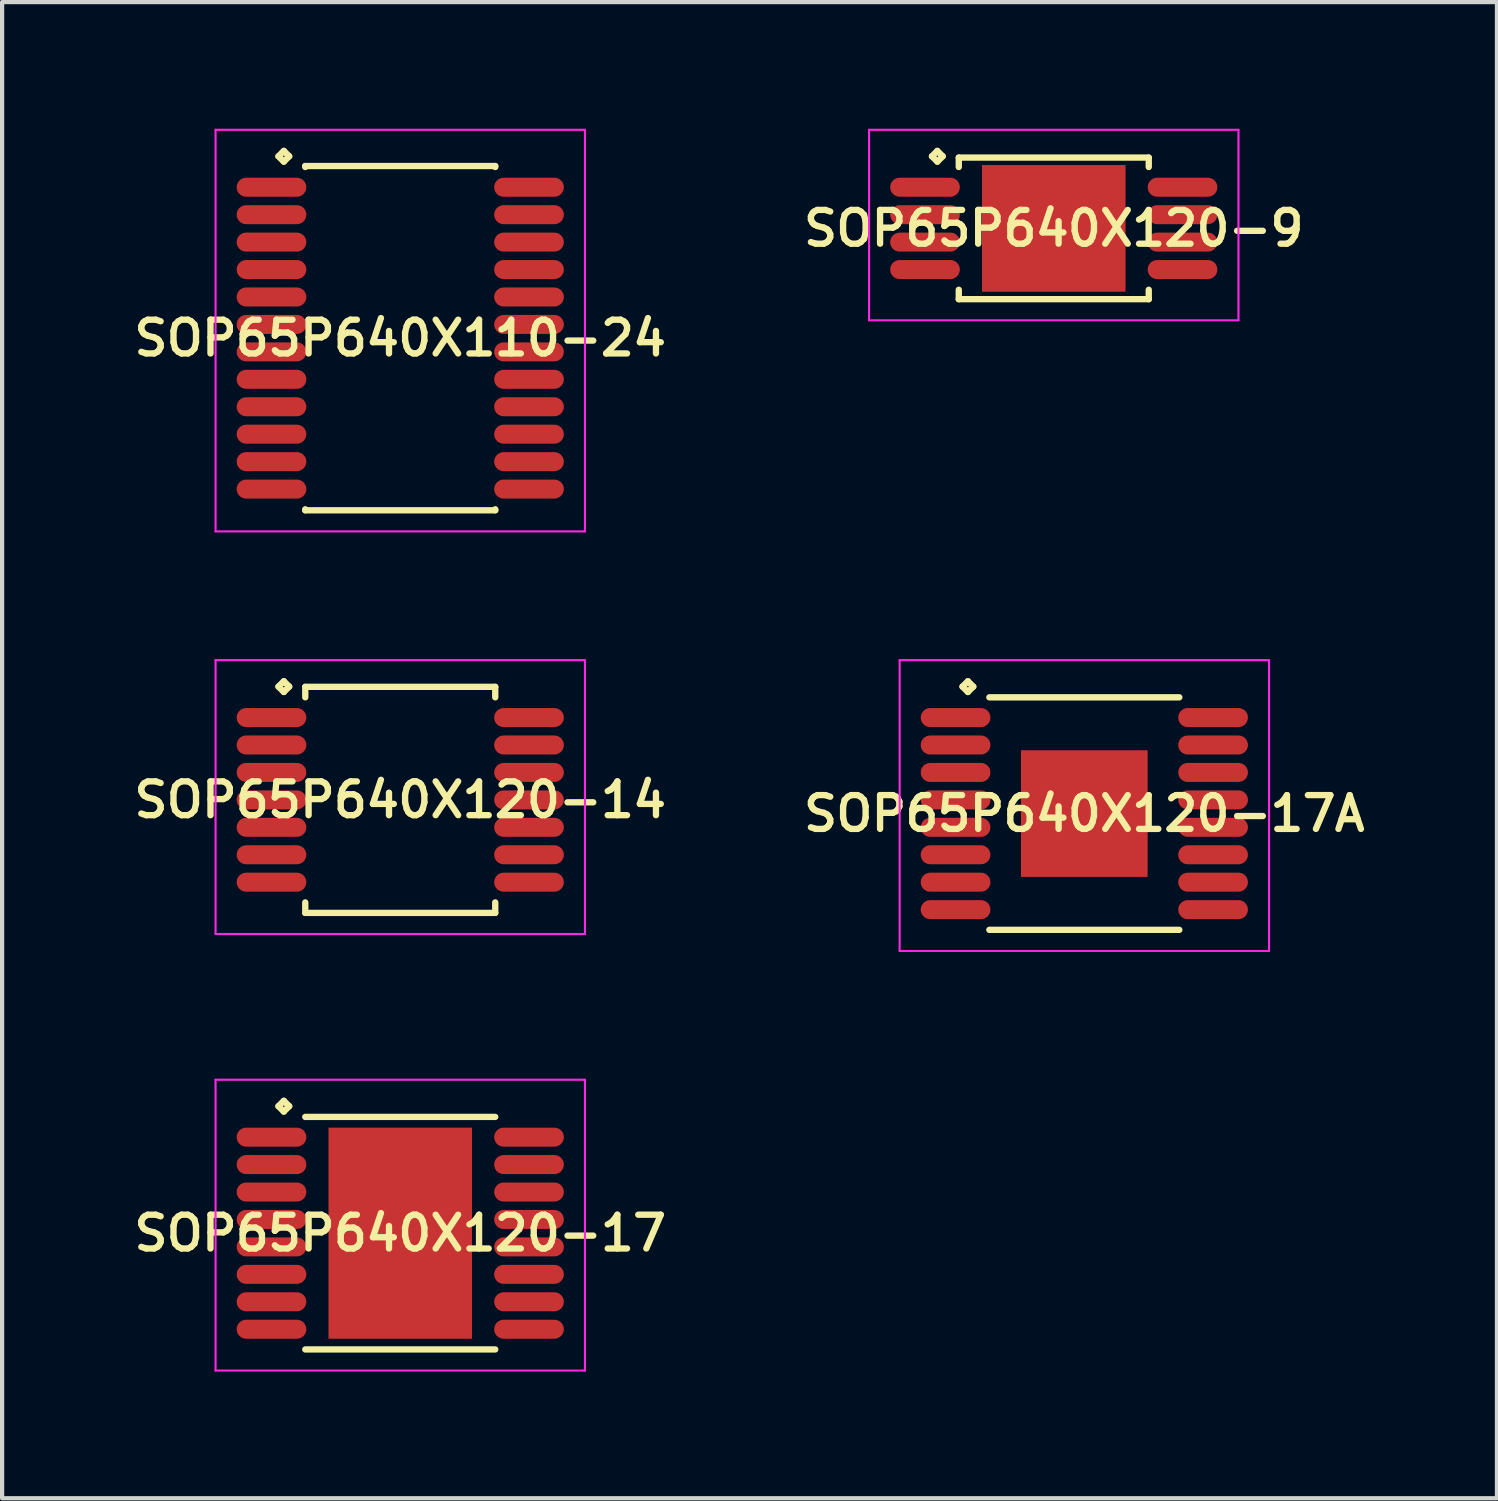
<source format=kicad_pcb>
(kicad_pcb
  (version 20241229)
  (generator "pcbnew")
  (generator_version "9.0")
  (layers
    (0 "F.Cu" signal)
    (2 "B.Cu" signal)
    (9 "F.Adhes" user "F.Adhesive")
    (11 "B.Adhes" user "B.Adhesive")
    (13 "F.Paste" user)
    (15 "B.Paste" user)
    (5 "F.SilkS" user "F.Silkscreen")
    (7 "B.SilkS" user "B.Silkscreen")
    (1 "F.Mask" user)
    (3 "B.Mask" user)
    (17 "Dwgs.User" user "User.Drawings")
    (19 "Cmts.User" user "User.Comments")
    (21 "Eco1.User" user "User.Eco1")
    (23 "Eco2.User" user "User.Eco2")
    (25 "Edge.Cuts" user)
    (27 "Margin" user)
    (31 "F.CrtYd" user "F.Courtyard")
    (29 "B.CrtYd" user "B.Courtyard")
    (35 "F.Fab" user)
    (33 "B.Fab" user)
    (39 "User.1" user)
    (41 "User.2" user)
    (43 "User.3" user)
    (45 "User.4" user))
  (footprint "SOP65P640X110-24"
    (layer "F.Cu")
    (at 6.431 4.96)
    (property "Reference" "SOP65P640X110-24" (at 0 0 0) (layer "F.SilkS") (effects (font (size 0.8 0.8) (thickness 0.15))))
    (attr smd)
    (fp_line (start -2.885 -4.308) (end -2.758 -4.435) (stroke (width 0.15) (type solid)) (layer "F.SilkS"))
    (fp_line (start -2.758 -4.435) (end -2.631 -4.308) (stroke (width 0.15) (type solid)) (layer "F.SilkS"))
    (fp_line (start -2.758 -4.181) (end -2.885 -4.308) (stroke (width 0.15) (type solid)) (layer "F.SilkS"))
    (fp_line (start -2.631 -4.308) (end -2.758 -4.181) (stroke (width 0.15) (type solid)) (layer "F.SilkS"))
    (fp_line (start -2.25 -4.077) (end 2.25 -4.077) (stroke (width 0.15) (type solid)) (layer "F.SilkS"))
    (fp_line (start -2.25 -4.054) (end -2.25 -4.077) (stroke (width 0.15) (type solid)) (layer "F.SilkS"))
    (fp_line (start -2.25 4.054) (end -2.25 4.077) (stroke (width 0.15) (type solid)) (layer "F.SilkS"))
    (fp_line (start -2.25 4.077) (end 2.25 4.077) (stroke (width 0.15) (type solid)) (layer "F.SilkS"))
    (fp_line (start 2.25 -4.077) (end 2.25 -4.054) (stroke (width 0.15) (type solid)) (layer "F.SilkS"))
    (fp_line (start 2.25 4.077) (end 2.25 4.054) (stroke (width 0.15) (type solid)) (layer "F.SilkS"))
    (fp_line (start -4.375 -4.935) (end 4.375 -4.935) (stroke (width 0.05) (type solid)) (layer "F.CrtYd"))
    (fp_line (start -4.375 4.577) (end -4.375 -4.935) (stroke (width 0.05) (type solid)) (layer "F.CrtYd"))
    (fp_line (start 4.375 -4.935) (end 4.375 4.577) (stroke (width 0.05) (type solid)) (layer "F.CrtYd"))
    (fp_line (start 4.375 4.577) (end -4.375 4.577) (stroke (width 0.05) (type solid)) (layer "F.CrtYd"))
    (pad "1" smd oval (at -3.05 -3.575) (size 1.65 0.45) (layers "F.Cu" "F.Mask" "F.Paste"))
    (pad "2" smd oval (at -3.05 -2.925) (size 1.65 0.45) (layers "F.Cu" "F.Mask" "F.Paste"))
    (pad "3" smd oval (at -3.05 -2.275) (size 1.65 0.45) (layers "F.Cu" "F.Mask" "F.Paste"))
    (pad "4" smd oval (at -3.05 -1.625) (size 1.65 0.45) (layers "F.Cu" "F.Mask" "F.Paste"))
    (pad "5" smd oval (at -3.05 -0.975) (size 1.65 0.45) (layers "F.Cu" "F.Mask" "F.Paste"))
    (pad "6" smd oval (at -3.05 -0.325) (size 1.65 0.45) (layers "F.Cu" "F.Mask" "F.Paste"))
    (pad "7" smd oval (at -3.05 0.325) (size 1.65 0.45) (layers "F.Cu" "F.Mask" "F.Paste"))
    (pad "8" smd oval (at -3.05 0.975) (size 1.65 0.45) (layers "F.Cu" "F.Mask" "F.Paste"))
    (pad "9" smd oval (at -3.05 1.625) (size 1.65 0.45) (layers "F.Cu" "F.Mask" "F.Paste"))
    (pad "10" smd oval (at -3.05 2.275) (size 1.65 0.45) (layers "F.Cu" "F.Mask" "F.Paste"))
    (pad "11" smd oval (at -3.05 2.925) (size 1.65 0.45) (layers "F.Cu" "F.Mask" "F.Paste"))
    (pad "12" smd oval (at -3.05 3.575) (size 1.65 0.45) (layers "F.Cu" "F.Mask" "F.Paste"))
    (pad "13" smd oval (at 3.05 3.575) (size 1.65 0.45) (layers "F.Cu" "F.Mask" "F.Paste"))
    (pad "14" smd oval (at 3.05 2.925) (size 1.65 0.45) (layers "F.Cu" "F.Mask" "F.Paste"))
    (pad "15" smd oval (at 3.05 2.275) (size 1.65 0.45) (layers "F.Cu" "F.Mask" "F.Paste"))
    (pad "16" smd oval (at 3.05 1.625) (size 1.65 0.45) (layers "F.Cu" "F.Mask" "F.Paste"))
    (pad "17" smd oval (at 3.05 0.975) (size 1.65 0.45) (layers "F.Cu" "F.Mask" "F.Paste"))
    (pad "18" smd oval (at 3.05 0.325) (size 1.65 0.45) (layers "F.Cu" "F.Mask" "F.Paste"))
    (pad "19" smd oval (at 3.05 -0.325) (size 1.65 0.45) (layers "F.Cu" "F.Mask" "F.Paste"))
    (pad "20" smd oval (at 3.05 -0.975) (size 1.65 0.45) (layers "F.Cu" "F.Mask" "F.Paste"))
    (pad "21" smd oval (at 3.05 -1.625) (size 1.65 0.45) (layers "F.Cu" "F.Mask" "F.Paste"))
    (pad "22" smd oval (at 3.05 -2.275) (size 1.65 0.45) (layers "F.Cu" "F.Mask" "F.Paste"))
    (pad "23" smd oval (at 3.05 -2.925) (size 1.65 0.45) (layers "F.Cu" "F.Mask" "F.Paste"))
    (pad "24" smd oval (at 3.05 -3.575) (size 1.65 0.45) (layers "F.Cu" "F.Mask" "F.Paste")))
  (footprint "SOP65P640X120-17"
    (layer "F.Cu")
    (at 6.431 26.161)
    (property "Reference" "SOP65P640X120-17" (at 0 0 0) (layer "F.SilkS") (effects (font (size 0.8 0.8) (thickness 0.15))))
    (attr smd)
    (fp_line (start -2.885 -3.008) (end -2.758 -3.135) (stroke (width 0.15) (type solid)) (layer "F.SilkS"))
    (fp_line (start -2.758 -3.135) (end -2.631 -3.008) (stroke (width 0.15) (type solid)) (layer "F.SilkS"))
    (fp_line (start -2.758 -2.881) (end -2.885 -3.008) (stroke (width 0.15) (type solid)) (layer "F.SilkS"))
    (fp_line (start -2.631 -3.008) (end -2.758 -2.881) (stroke (width 0.15) (type solid)) (layer "F.SilkS"))
    (fp_line (start -2.25 -2.754) (end 2.25 -2.754) (stroke (width 0.15) (type solid)) (layer "F.SilkS"))
    (fp_line (start -2.25 2.754) (end 2.25 2.754) (stroke (width 0.15) (type solid)) (layer "F.SilkS"))
    (fp_line (start -4.375 -3.635) (end 4.375 -3.635) (stroke (width 0.05) (type solid)) (layer "F.CrtYd"))
    (fp_line (start -4.375 3.254) (end -4.375 -3.635) (stroke (width 0.05) (type solid)) (layer "F.CrtYd"))
    (fp_line (start 4.375 -3.635) (end 4.375 3.254) (stroke (width 0.05) (type solid)) (layer "F.CrtYd"))
    (fp_line (start 4.375 3.254) (end -4.375 3.254) (stroke (width 0.05) (type solid)) (layer "F.CrtYd"))
    (pad "1" smd oval (at -3.05 -2.275) (size 1.65 0.45) (layers "F.Cu" "F.Mask" "F.Paste"))
    (pad "2" smd oval (at -3.05 -1.625) (size 1.65 0.45) (layers "F.Cu" "F.Mask" "F.Paste"))
    (pad "3" smd oval (at -3.05 -0.975) (size 1.65 0.45) (layers "F.Cu" "F.Mask" "F.Paste"))
    (pad "4" smd oval (at -3.05 -0.325) (size 1.65 0.45) (layers "F.Cu" "F.Mask" "F.Paste"))
    (pad "5" smd oval (at -3.05 0.325) (size 1.65 0.45) (layers "F.Cu" "F.Mask" "F.Paste"))
    (pad "6" smd oval (at -3.05 0.975) (size 1.65 0.45) (layers "F.Cu" "F.Mask" "F.Paste"))
    (pad "7" smd oval (at -3.05 1.625) (size 1.65 0.45) (layers "F.Cu" "F.Mask" "F.Paste"))
    (pad "8" smd oval (at -3.05 2.275) (size 1.65 0.45) (layers "F.Cu" "F.Mask" "F.Paste"))
    (pad "9" smd oval (at 3.05 2.275) (size 1.65 0.45) (layers "F.Cu" "F.Mask" "F.Paste"))
    (pad "10" smd oval (at 3.05 1.625) (size 1.65 0.45) (layers "F.Cu" "F.Mask" "F.Paste"))
    (pad "11" smd oval (at 3.05 0.975) (size 1.65 0.45) (layers "F.Cu" "F.Mask" "F.Paste"))
    (pad "12" smd oval (at 3.05 0.325) (size 1.65 0.45) (layers "F.Cu" "F.Mask" "F.Paste"))
    (pad "13" smd oval (at 3.05 -0.325) (size 1.65 0.45) (layers "F.Cu" "F.Mask" "F.Paste"))
    (pad "14" smd oval (at 3.05 -0.975) (size 1.65 0.45) (layers "F.Cu" "F.Mask" "F.Paste"))
    (pad "15" smd oval (at 3.05 -1.625) (size 1.65 0.45) (layers "F.Cu" "F.Mask" "F.Paste"))
    (pad "16" smd oval (at 3.05 -2.275) (size 1.65 0.45) (layers "F.Cu" "F.Mask" "F.Paste"))
    (pad "17" smd rect (at 0 0) (size 3.4 5) (layers "F.Cu" "F.Mask" "F.Paste")))
  (footprint "SOP65P640X120-14"
    (layer "F.Cu")
    (at 6.431 15.897)
    (property "Reference" "SOP65P640X120-14" (at 0 0 0) (layer "F.SilkS") (effects (font (size 0.8 0.8) (thickness 0.15))))
    (attr smd)
    (fp_line (start -2.885 -2.683) (end -2.758 -2.81) (stroke (width 0.15) (type solid)) (layer "F.SilkS"))
    (fp_line (start -2.758 -2.81) (end -2.631 -2.683) (stroke (width 0.15) (type solid)) (layer "F.SilkS"))
    (fp_line (start -2.758 -2.556) (end -2.885 -2.683) (stroke (width 0.15) (type solid)) (layer "F.SilkS"))
    (fp_line (start -2.631 -2.683) (end -2.758 -2.556) (stroke (width 0.15) (type solid)) (layer "F.SilkS"))
    (fp_line (start -2.25 -2.677) (end 2.25 -2.677) (stroke (width 0.15) (type solid)) (layer "F.SilkS"))
    (fp_line (start -2.25 -2.429) (end -2.25 -2.677) (stroke (width 0.15) (type solid)) (layer "F.SilkS"))
    (fp_line (start -2.25 2.429) (end -2.25 2.677) (stroke (width 0.15) (type solid)) (layer "F.SilkS"))
    (fp_line (start -2.25 2.677) (end 2.25 2.677) (stroke (width 0.15) (type solid)) (layer "F.SilkS"))
    (fp_line (start 2.25 -2.677) (end 2.25 -2.429) (stroke (width 0.15) (type solid)) (layer "F.SilkS"))
    (fp_line (start 2.25 2.677) (end 2.25 2.429) (stroke (width 0.15) (type solid)) (layer "F.SilkS"))
    (fp_line (start -4.375 -3.31) (end 4.375 -3.31) (stroke (width 0.05) (type solid)) (layer "F.CrtYd"))
    (fp_line (start -4.375 3.177) (end -4.375 -3.31) (stroke (width 0.05) (type solid)) (layer "F.CrtYd"))
    (fp_line (start 4.375 -3.31) (end 4.375 3.177) (stroke (width 0.05) (type solid)) (layer "F.CrtYd"))
    (fp_line (start 4.375 3.177) (end -4.375 3.177) (stroke (width 0.05) (type solid)) (layer "F.CrtYd"))
    (pad "1" smd oval (at -3.05 -1.95) (size 1.65 0.45) (layers "F.Cu" "F.Mask" "F.Paste"))
    (pad "2" smd oval (at -3.05 -1.3) (size 1.65 0.45) (layers "F.Cu" "F.Mask" "F.Paste"))
    (pad "3" smd oval (at -3.05 -0.65) (size 1.65 0.45) (layers "F.Cu" "F.Mask" "F.Paste"))
    (pad "4" smd oval (at -3.05 0) (size 1.65 0.45) (layers "F.Cu" "F.Mask" "F.Paste"))
    (pad "5" smd oval (at -3.05 0.65) (size 1.65 0.45) (layers "F.Cu" "F.Mask" "F.Paste"))
    (pad "6" smd oval (at -3.05 1.3) (size 1.65 0.45) (layers "F.Cu" "F.Mask" "F.Paste"))
    (pad "7" smd oval (at -3.05 1.95) (size 1.65 0.45) (layers "F.Cu" "F.Mask" "F.Paste"))
    (pad "8" smd oval (at 3.05 1.95) (size 1.65 0.45) (layers "F.Cu" "F.Mask" "F.Paste"))
    (pad "9" smd oval (at 3.05 1.3) (size 1.65 0.45) (layers "F.Cu" "F.Mask" "F.Paste"))
    (pad "10" smd oval (at 3.05 0.65) (size 1.65 0.45) (layers "F.Cu" "F.Mask" "F.Paste"))
    (pad "11" smd oval (at 3.05 0) (size 1.65 0.45) (layers "F.Cu" "F.Mask" "F.Paste"))
    (pad "12" smd oval (at 3.05 -0.65) (size 1.65 0.45) (layers "F.Cu" "F.Mask" "F.Paste"))
    (pad "13" smd oval (at 3.05 -1.3) (size 1.65 0.45) (layers "F.Cu" "F.Mask" "F.Paste"))
    (pad "14" smd oval (at 3.05 -1.95) (size 1.65 0.45) (layers "F.Cu" "F.Mask" "F.Paste")))
  (footprint "SOP65P640X120-17A"
    (layer "F.Cu")
    (at 22.635 16.222)
    (property "Reference" "SOP65P640X120-17A" (at 0 0 0) (layer "F.SilkS") (effects (font (size 0.8 0.8) (thickness 0.15))))
    (attr smd)
    (fp_line (start -2.885 -3.008) (end -2.758 -3.135) (stroke (width 0.15) (type solid)) (layer "F.SilkS"))
    (fp_line (start -2.758 -3.135) (end -2.631 -3.008) (stroke (width 0.15) (type solid)) (layer "F.SilkS"))
    (fp_line (start -2.758 -2.881) (end -2.885 -3.008) (stroke (width 0.15) (type solid)) (layer "F.SilkS"))
    (fp_line (start -2.631 -3.008) (end -2.758 -2.881) (stroke (width 0.15) (type solid)) (layer "F.SilkS"))
    (fp_line (start -2.25 -2.754) (end 2.25 -2.754) (stroke (width 0.15) (type solid)) (layer "F.SilkS"))
    (fp_line (start -2.25 2.754) (end 2.25 2.754) (stroke (width 0.15) (type solid)) (layer "F.SilkS"))
    (fp_line (start -4.375 -3.635) (end 4.375 -3.635) (stroke (width 0.05) (type solid)) (layer "F.CrtYd"))
    (fp_line (start -4.375 3.254) (end -4.375 -3.635) (stroke (width 0.05) (type solid)) (layer "F.CrtYd"))
    (fp_line (start 4.375 -3.635) (end 4.375 3.254) (stroke (width 0.05) (type solid)) (layer "F.CrtYd"))
    (fp_line (start 4.375 3.254) (end -4.375 3.254) (stroke (width 0.05) (type solid)) (layer "F.CrtYd"))
    (pad "1" smd oval (at -3.05 -2.275) (size 1.65 0.45) (layers "F.Cu" "F.Mask" "F.Paste"))
    (pad "2" smd oval (at -3.05 -1.625) (size 1.65 0.45) (layers "F.Cu" "F.Mask" "F.Paste"))
    (pad "3" smd oval (at -3.05 -0.975) (size 1.65 0.45) (layers "F.Cu" "F.Mask" "F.Paste"))
    (pad "4" smd oval (at -3.05 -0.325) (size 1.65 0.45) (layers "F.Cu" "F.Mask" "F.Paste"))
    (pad "5" smd oval (at -3.05 0.325) (size 1.65 0.45) (layers "F.Cu" "F.Mask" "F.Paste"))
    (pad "6" smd oval (at -3.05 0.975) (size 1.65 0.45) (layers "F.Cu" "F.Mask" "F.Paste"))
    (pad "7" smd oval (at -3.05 1.625) (size 1.65 0.45) (layers "F.Cu" "F.Mask" "F.Paste"))
    (pad "8" smd oval (at -3.05 2.275) (size 1.65 0.45) (layers "F.Cu" "F.Mask" "F.Paste"))
    (pad "9" smd oval (at 3.05 2.275) (size 1.65 0.45) (layers "F.Cu" "F.Mask" "F.Paste"))
    (pad "10" smd oval (at 3.05 1.625) (size 1.65 0.45) (layers "F.Cu" "F.Mask" "F.Paste"))
    (pad "11" smd oval (at 3.05 0.975) (size 1.65 0.45) (layers "F.Cu" "F.Mask" "F.Paste"))
    (pad "12" smd oval (at 3.05 0.325) (size 1.65 0.45) (layers "F.Cu" "F.Mask" "F.Paste"))
    (pad "13" smd oval (at 3.05 -0.325) (size 1.65 0.45) (layers "F.Cu" "F.Mask" "F.Paste"))
    (pad "14" smd oval (at 3.05 -0.975) (size 1.65 0.45) (layers "F.Cu" "F.Mask" "F.Paste"))
    (pad "15" smd oval (at 3.05 -1.625) (size 1.65 0.45) (layers "F.Cu" "F.Mask" "F.Paste"))
    (pad "16" smd oval (at 3.05 -2.275) (size 1.65 0.45) (layers "F.Cu" "F.Mask" "F.Paste"))
    (pad "17" smd rect (at 0 0) (size 3 3) (layers "F.Cu" "F.Mask" "F.Paste")))
  (footprint "SOP65P640X120-9"
    (layer "F.Cu")
    (at 21.911 2.36)
    (property "Reference" "SOP65P640X120-9" (at 0 0 0) (layer "F.SilkS") (effects (font (size 0.8 0.8) (thickness 0.15))))
    (attr smd)
    (fp_line (start -2.885 -1.708) (end -2.758 -1.835) (stroke (width 0.15) (type solid)) (layer "F.SilkS"))
    (fp_line (start -2.758 -1.835) (end -2.631 -1.708) (stroke (width 0.15) (type solid)) (layer "F.SilkS"))
    (fp_line (start -2.758 -1.581) (end -2.885 -1.708) (stroke (width 0.15) (type solid)) (layer "F.SilkS"))
    (fp_line (start -2.631 -1.708) (end -2.758 -1.581) (stroke (width 0.15) (type solid)) (layer "F.SilkS"))
    (fp_line (start -2.25 -1.677) (end 2.25 -1.677) (stroke (width 0.15) (type solid)) (layer "F.SilkS"))
    (fp_line (start -2.25 -1.454) (end -2.25 -1.677) (stroke (width 0.15) (type solid)) (layer "F.SilkS"))
    (fp_line (start -2.25 1.454) (end -2.25 1.677) (stroke (width 0.15) (type solid)) (layer "F.SilkS"))
    (fp_line (start -2.25 1.677) (end 2.25 1.677) (stroke (width 0.15) (type solid)) (layer "F.SilkS"))
    (fp_line (start 2.25 -1.677) (end 2.25 -1.454) (stroke (width 0.15) (type solid)) (layer "F.SilkS"))
    (fp_line (start 2.25 1.677) (end 2.25 1.454) (stroke (width 0.15) (type solid)) (layer "F.SilkS"))
    (fp_line (start -4.375 -2.335) (end 4.375 -2.335) (stroke (width 0.05) (type solid)) (layer "F.CrtYd"))
    (fp_line (start -4.375 2.177) (end -4.375 -2.335) (stroke (width 0.05) (type solid)) (layer "F.CrtYd"))
    (fp_line (start 4.375 -2.335) (end 4.375 2.177) (stroke (width 0.05) (type solid)) (layer "F.CrtYd"))
    (fp_line (start 4.375 2.177) (end -4.375 2.177) (stroke (width 0.05) (type solid)) (layer "F.CrtYd"))
    (pad "1" smd oval (at -3.05 -0.975) (size 1.65 0.45) (layers "F.Cu" "F.Mask" "F.Paste"))
    (pad "2" smd oval (at -3.05 -0.325) (size 1.65 0.45) (layers "F.Cu" "F.Mask" "F.Paste"))
    (pad "3" smd oval (at -3.05 0.325) (size 1.65 0.45) (layers "F.Cu" "F.Mask" "F.Paste"))
    (pad "4" smd oval (at -3.05 0.975) (size 1.65 0.45) (layers "F.Cu" "F.Mask" "F.Paste"))
    (pad "5" smd oval (at 3.05 0.975) (size 1.65 0.45) (layers "F.Cu" "F.Mask" "F.Paste"))
    (pad "6" smd oval (at 3.05 0.325) (size 1.65 0.45) (layers "F.Cu" "F.Mask" "F.Paste"))
    (pad "7" smd oval (at 3.05 -0.325) (size 1.65 0.45) (layers "F.Cu" "F.Mask" "F.Paste"))
    (pad "8" smd oval (at 3.05 -0.975) (size 1.65 0.45) (layers "F.Cu" "F.Mask" "F.Paste"))
    (pad "9" smd rect (at 0 0) (size 3.4 3) (layers "F.Cu" "F.Mask" "F.Paste")))
  (gr_rect
    (start -3 -3)
    (end 32.409 32.44)
    (stroke (width 0.1) (type default))
    (fill no)
    (layer "Edge.Cuts")))
</source>
